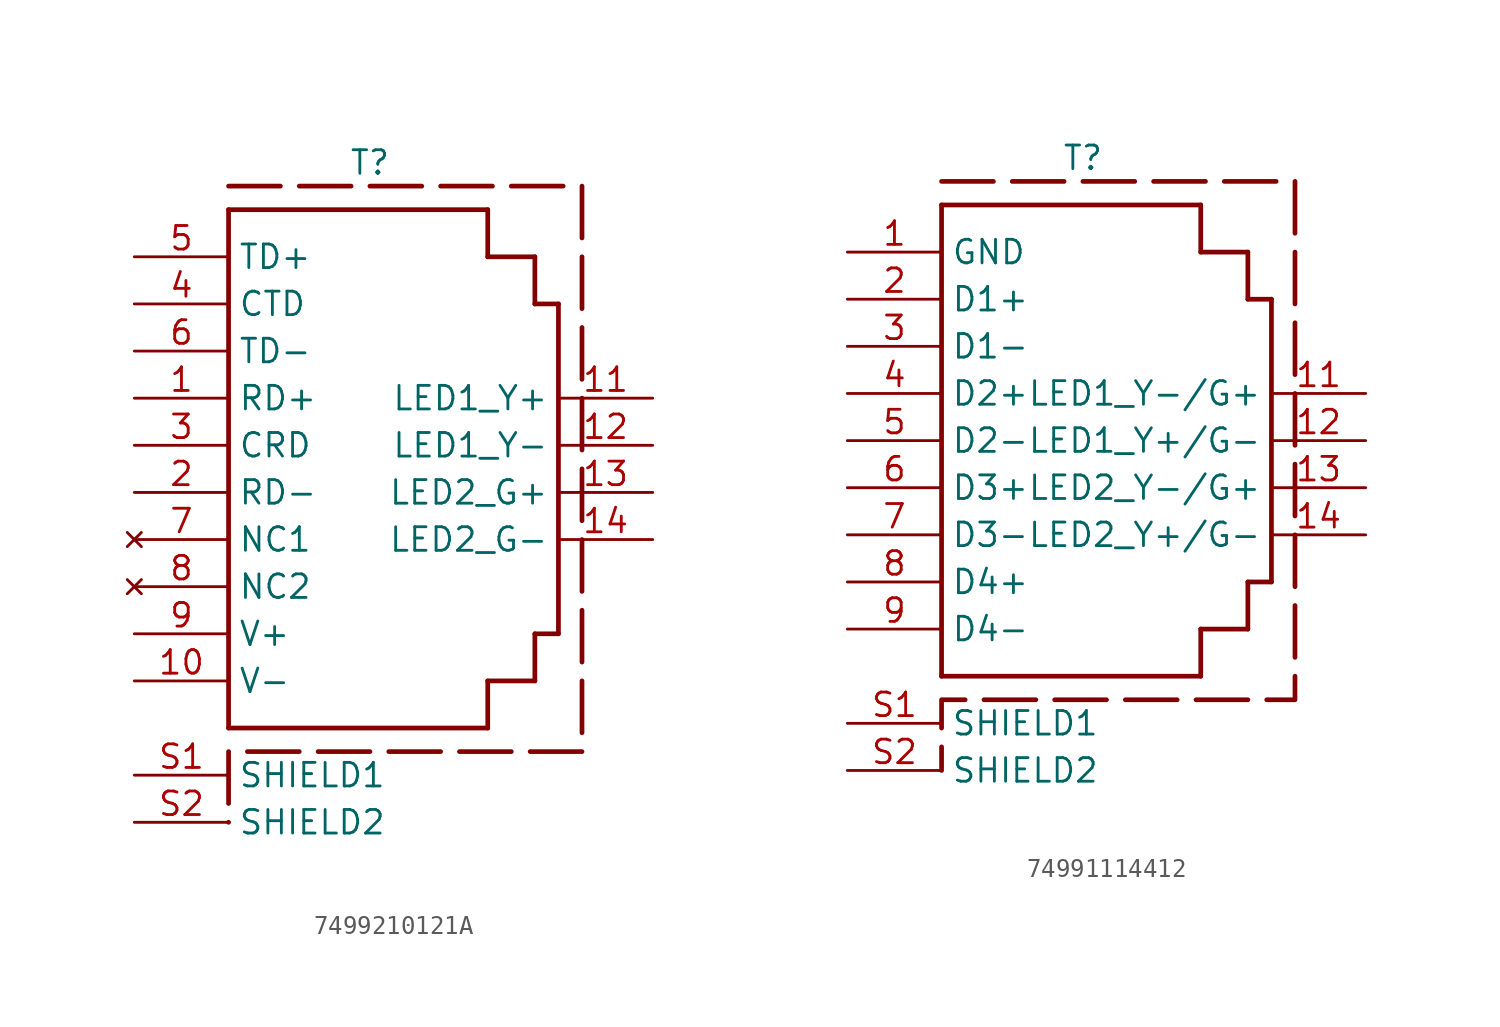
<source format=kicad_sym>
(kicad_symbol_lib
  (version 20220914)
  (generator kicad_symbol_editor)
  (symbol "7499210121A"
    (property "Reference" "T"
      (at 0 15.24 0)
      (effects (font (size 1.27 1.27))))
    (property "Critical Parameter" ""
      (at 0 -5.08 0)
      (effects (font (size 1.27 1.27)) (justify left)))
    (symbol "7499210121A_0_0"
      (polyline (pts (xy -7.62 -15.24) (xy -7.62 12.7)) (stroke (width 0.254) (type default)) (fill (type none)))
      (polyline (pts (xy -7.62 12.7) (xy 6.35 12.7)) (stroke (width 0.254) (type default)) (fill (type none)))
      (polyline (pts (xy 6.35 -15.24) (xy -7.62 -15.24)) (stroke (width 0.254) (type default)) (fill (type none)))
      (polyline (pts (xy 6.35 -15.24) (xy 6.35 -12.7)) (stroke (width 0.254) (type default)) (fill (type none)))
      (polyline (pts (xy 6.35 -12.7) (xy 8.89 -12.7)) (stroke (width 0.254) (type default)) (fill (type none)))
      (polyline (pts (xy 6.35 10.16) (xy 8.89 10.16)) (stroke (width 0.254) (type default)) (fill (type none)))
      (polyline (pts (xy 6.35 12.7) (xy 6.35 10.16)) (stroke (width 0.254) (type default)) (fill (type none)))
      (polyline (pts (xy 8.89 -12.7) (xy 8.89 -10.16)) (stroke (width 0.254) (type default)) (fill (type none)))
      (polyline (pts (xy 8.89 -10.16) (xy 10.16 -10.16)) (stroke (width 0.254) (type default)) (fill (type none)))
      (polyline (pts (xy 8.89 7.62) (xy 10.16 7.62)) (stroke (width 0.254) (type default)) (fill (type none)))
      (polyline (pts (xy 8.89 10.16) (xy 8.89 7.62)) (stroke (width 0.254) (type default)) (fill (type none)))
      (polyline (pts (xy 10.16 7.62) (xy 10.16 -10.16)) (stroke (width 0.254) (type default)) (fill (type none)))
      (pin passive line (at -12.7 2.54 0) (length 5.08) (name "RD+" (effects (font (size 1.27 1.27)))) (number "1" (effects (font (size 1.27 1.27)))))
      (pin passive line (at -12.7 -12.7 0) (length 5.08) (name "V-" (effects (font (size 1.27 1.27)))) (number "10" (effects (font (size 1.27 1.27)))))
      (pin passive line (at -12.7 -2.54 0) (length 5.08) (name "RD-" (effects (font (size 1.27 1.27)))) (number "2" (effects (font (size 1.27 1.27)))))
      (pin passive line (at -12.7 0 0) (length 5.08) (name "CRD" (effects (font (size 1.27 1.27)))) (number "3" (effects (font (size 1.27 1.27)))))
      (pin passive line (at -12.7 7.62 0) (length 5.08) (name "CTD" (effects (font (size 1.27 1.27)))) (number "4" (effects (font (size 1.27 1.27)))))
      (pin passive line (at -12.7 10.16 0) (length 5.08) (name "TD+" (effects (font (size 1.27 1.27)))) (number "5" (effects (font (size 1.27 1.27)))))
      (pin passive line (at -12.7 5.08 0) (length 5.08) (name "TD-" (effects (font (size 1.27 1.27)))) (number "6" (effects (font (size 1.27 1.27)))))
      (pin passive line (at -12.7 -10.16 0) (length 5.08) (name "V+" (effects (font (size 1.27 1.27)))) (number "9" (effects (font (size 1.27 1.27)))))
      (pin passive line (at -12.7 -17.78 0) (length 5.08) (name "SHIELD1" (effects (font (size 1.27 1.27)))) (number "S1" (effects (font (size 1.27 1.27)))))
      (pin passive line (at -12.7 -20.32 0) (length 5.08) (name "SHIELD2" (effects (font (size 1.27 1.27)))) (number "S2" (effects (font (size 1.27 1.27))))))
    (symbol "7499210121A_1_0"
      (pin passive line (at 15.24 2.54 180) (length 5.08) (name "LED1_Y+" (effects (font (size 1.27 1.27)))) (number "11" (effects (font (size 1.27 1.27)))))
      (pin passive line (at 15.24 0 180) (length 5.08) (name "LED1_Y-" (effects (font (size 1.27 1.27)))) (number "12" (effects (font (size 1.27 1.27)))))
      (pin passive line (at 15.24 -2.54 180) (length 5.08) (name "LED2_G+" (effects (font (size 1.27 1.27)))) (number "13" (effects (font (size 1.27 1.27)))))
      (pin passive line (at 15.24 -5.08 180) (length 5.08) (name "LED2_G-" (effects (font (size 1.27 1.27)))) (number "14" (effects (font (size 1.27 1.27)))))
      (pin no_connect line (at -12.7 -5.08 0) (length 5.08) (name "NC1" (effects (font (size 1.27 1.27)))) (number "7" (effects (font (size 1.27 1.27)))))
      (pin no_connect line (at -12.7 -7.62 0) (length 5.08) (name "NC2" (effects (font (size 1.27 1.27)))) (number "8" (effects (font (size 1.27 1.27))))))
    (symbol "7499210121A_1_1"
      (polyline (pts (xy -7.62 13.97) (xy 11.43 13.97) (xy 11.43 -16.51) (xy -7.62 -16.51) (xy -7.62 -20.32)) (stroke (width 0.254) (type dash)) (fill (type none)))))
  (symbol "74991114412"
    (property "Reference" "T"
      (at 0 15.24 0)
      (effects (font (size 1.27 1.27))))
    (property "Critical Parameter" ""
      (at 0 -5.08 0)
      (effects (font (size 1.27 1.27)) (justify left)))
    (symbol "74991114412_0_0"
      (polyline (pts (xy -7.62 -12.7) (xy -7.62 12.7)) (stroke (width 0.254) (type default)) (fill (type none)))
      (polyline (pts (xy -7.62 12.7) (xy 6.35 12.7)) (stroke (width 0.254) (type default)) (fill (type none)))
      (polyline (pts (xy 6.35 -12.7) (xy -7.62 -12.7)) (stroke (width 0.254) (type default)) (fill (type none)))
      (polyline (pts (xy 6.35 -12.7) (xy 6.35 -10.16)) (stroke (width 0.254) (type default)) (fill (type none)))
      (polyline (pts (xy 6.35 -10.16) (xy 8.89 -10.16)) (stroke (width 0.254) (type default)) (fill (type none)))
      (polyline (pts (xy 6.35 10.16) (xy 8.89 10.16)) (stroke (width 0.254) (type default)) (fill (type none)))
      (polyline (pts (xy 6.35 12.7) (xy 6.35 10.16)) (stroke (width 0.254) (type default)) (fill (type none)))
      (polyline (pts (xy 8.89 -10.16) (xy 8.89 -7.62)) (stroke (width 0.254) (type default)) (fill (type none)))
      (polyline (pts (xy 8.89 -7.62) (xy 10.16 -7.62)) (stroke (width 0.254) (type default)) (fill (type none)))
      (polyline (pts (xy 8.89 7.62) (xy 10.16 7.62)) (stroke (width 0.254) (type default)) (fill (type none)))
      (polyline (pts (xy 8.89 10.16) (xy 8.89 7.62)) (stroke (width 0.254) (type default)) (fill (type none)))
      (polyline (pts (xy 10.16 7.62) (xy 10.16 -7.62)) (stroke (width 0.254) (type default)) (fill (type none)))
      (pin passive line (at -12.7 10.16 0) (length 5.08) (name "GND" (effects (font (size 1.27 1.27)))) (number "1" (effects (font (size 1.27 1.27)))))
      (pin passive line (at -12.7 7.62 0) (length 5.08) (name "D1+" (effects (font (size 1.27 1.27)))) (number "2" (effects (font (size 1.27 1.27)))))
      (pin passive line (at -12.7 5.08 0) (length 5.08) (name "D1-" (effects (font (size 1.27 1.27)))) (number "3" (effects (font (size 1.27 1.27)))))
      (pin passive line (at -12.7 2.54 0) (length 5.08) (name "D2+" (effects (font (size 1.27 1.27)))) (number "4" (effects (font (size 1.27 1.27)))))
      (pin passive line (at -12.7 0 0) (length 5.08) (name "D2-" (effects (font (size 1.27 1.27)))) (number "5" (effects (font (size 1.27 1.27)))))
      (pin passive line (at -12.7 -2.54 0) (length 5.08) (name "D3+" (effects (font (size 1.27 1.27)))) (number "6" (effects (font (size 1.27 1.27)))))
      (pin passive line (at -12.7 -5.08 0) (length 5.08) (name "D3-" (effects (font (size 1.27 1.27)))) (number "7" (effects (font (size 1.27 1.27)))))
      (pin passive line (at -12.7 -7.62 0) (length 5.08) (name "D4+" (effects (font (size 1.27 1.27)))) (number "8" (effects (font (size 1.27 1.27)))))
      (pin passive line (at -12.7 -10.16 0) (length 5.08) (name "D4-" (effects (font (size 1.27 1.27)))) (number "9" (effects (font (size 1.27 1.27)))))
      (pin passive line (at -12.7 -15.24 0) (length 5.08) (name "SHIELD1" (effects (font (size 1.27 1.27)))) (number "S1" (effects (font (size 1.27 1.27)))))
      (pin passive line (at -12.7 -17.78 0) (length 5.08) (name "SHIELD2" (effects (font (size 1.27 1.27)))) (number "S2" (effects (font (size 1.27 1.27))))))
    (symbol "74991114412_1_0"
      (pin passive line (at 15.24 2.54 180) (length 5.08) (name "LED1_Y-/G+" (effects (font (size 1.27 1.27)))) (number "11" (effects (font (size 1.27 1.27)))))
      (pin passive line (at 15.24 0 180) (length 5.08) (name "LED1_Y+/G-" (effects (font (size 1.27 1.27)))) (number "12" (effects (font (size 1.27 1.27)))))
      (pin passive line (at 15.24 -2.54 180) (length 5.08) (name "LED2_Y-/G+" (effects (font (size 1.27 1.27)))) (number "13" (effects (font (size 1.27 1.27)))))
      (pin passive line (at 15.24 -5.08 180) (length 5.08) (name "LED2_Y+/G-" (effects (font (size 1.27 1.27)))) (number "14" (effects (font (size 1.27 1.27))))))
    (symbol "74991114412_1_1"
      (polyline (pts (xy -7.62 13.97) (xy 11.43 13.97) (xy 11.43 -13.97) (xy -7.62 -13.97) (xy -7.62 -17.78)) (stroke (width 0.254) (type dash)) (fill (type none))))))
</source>
